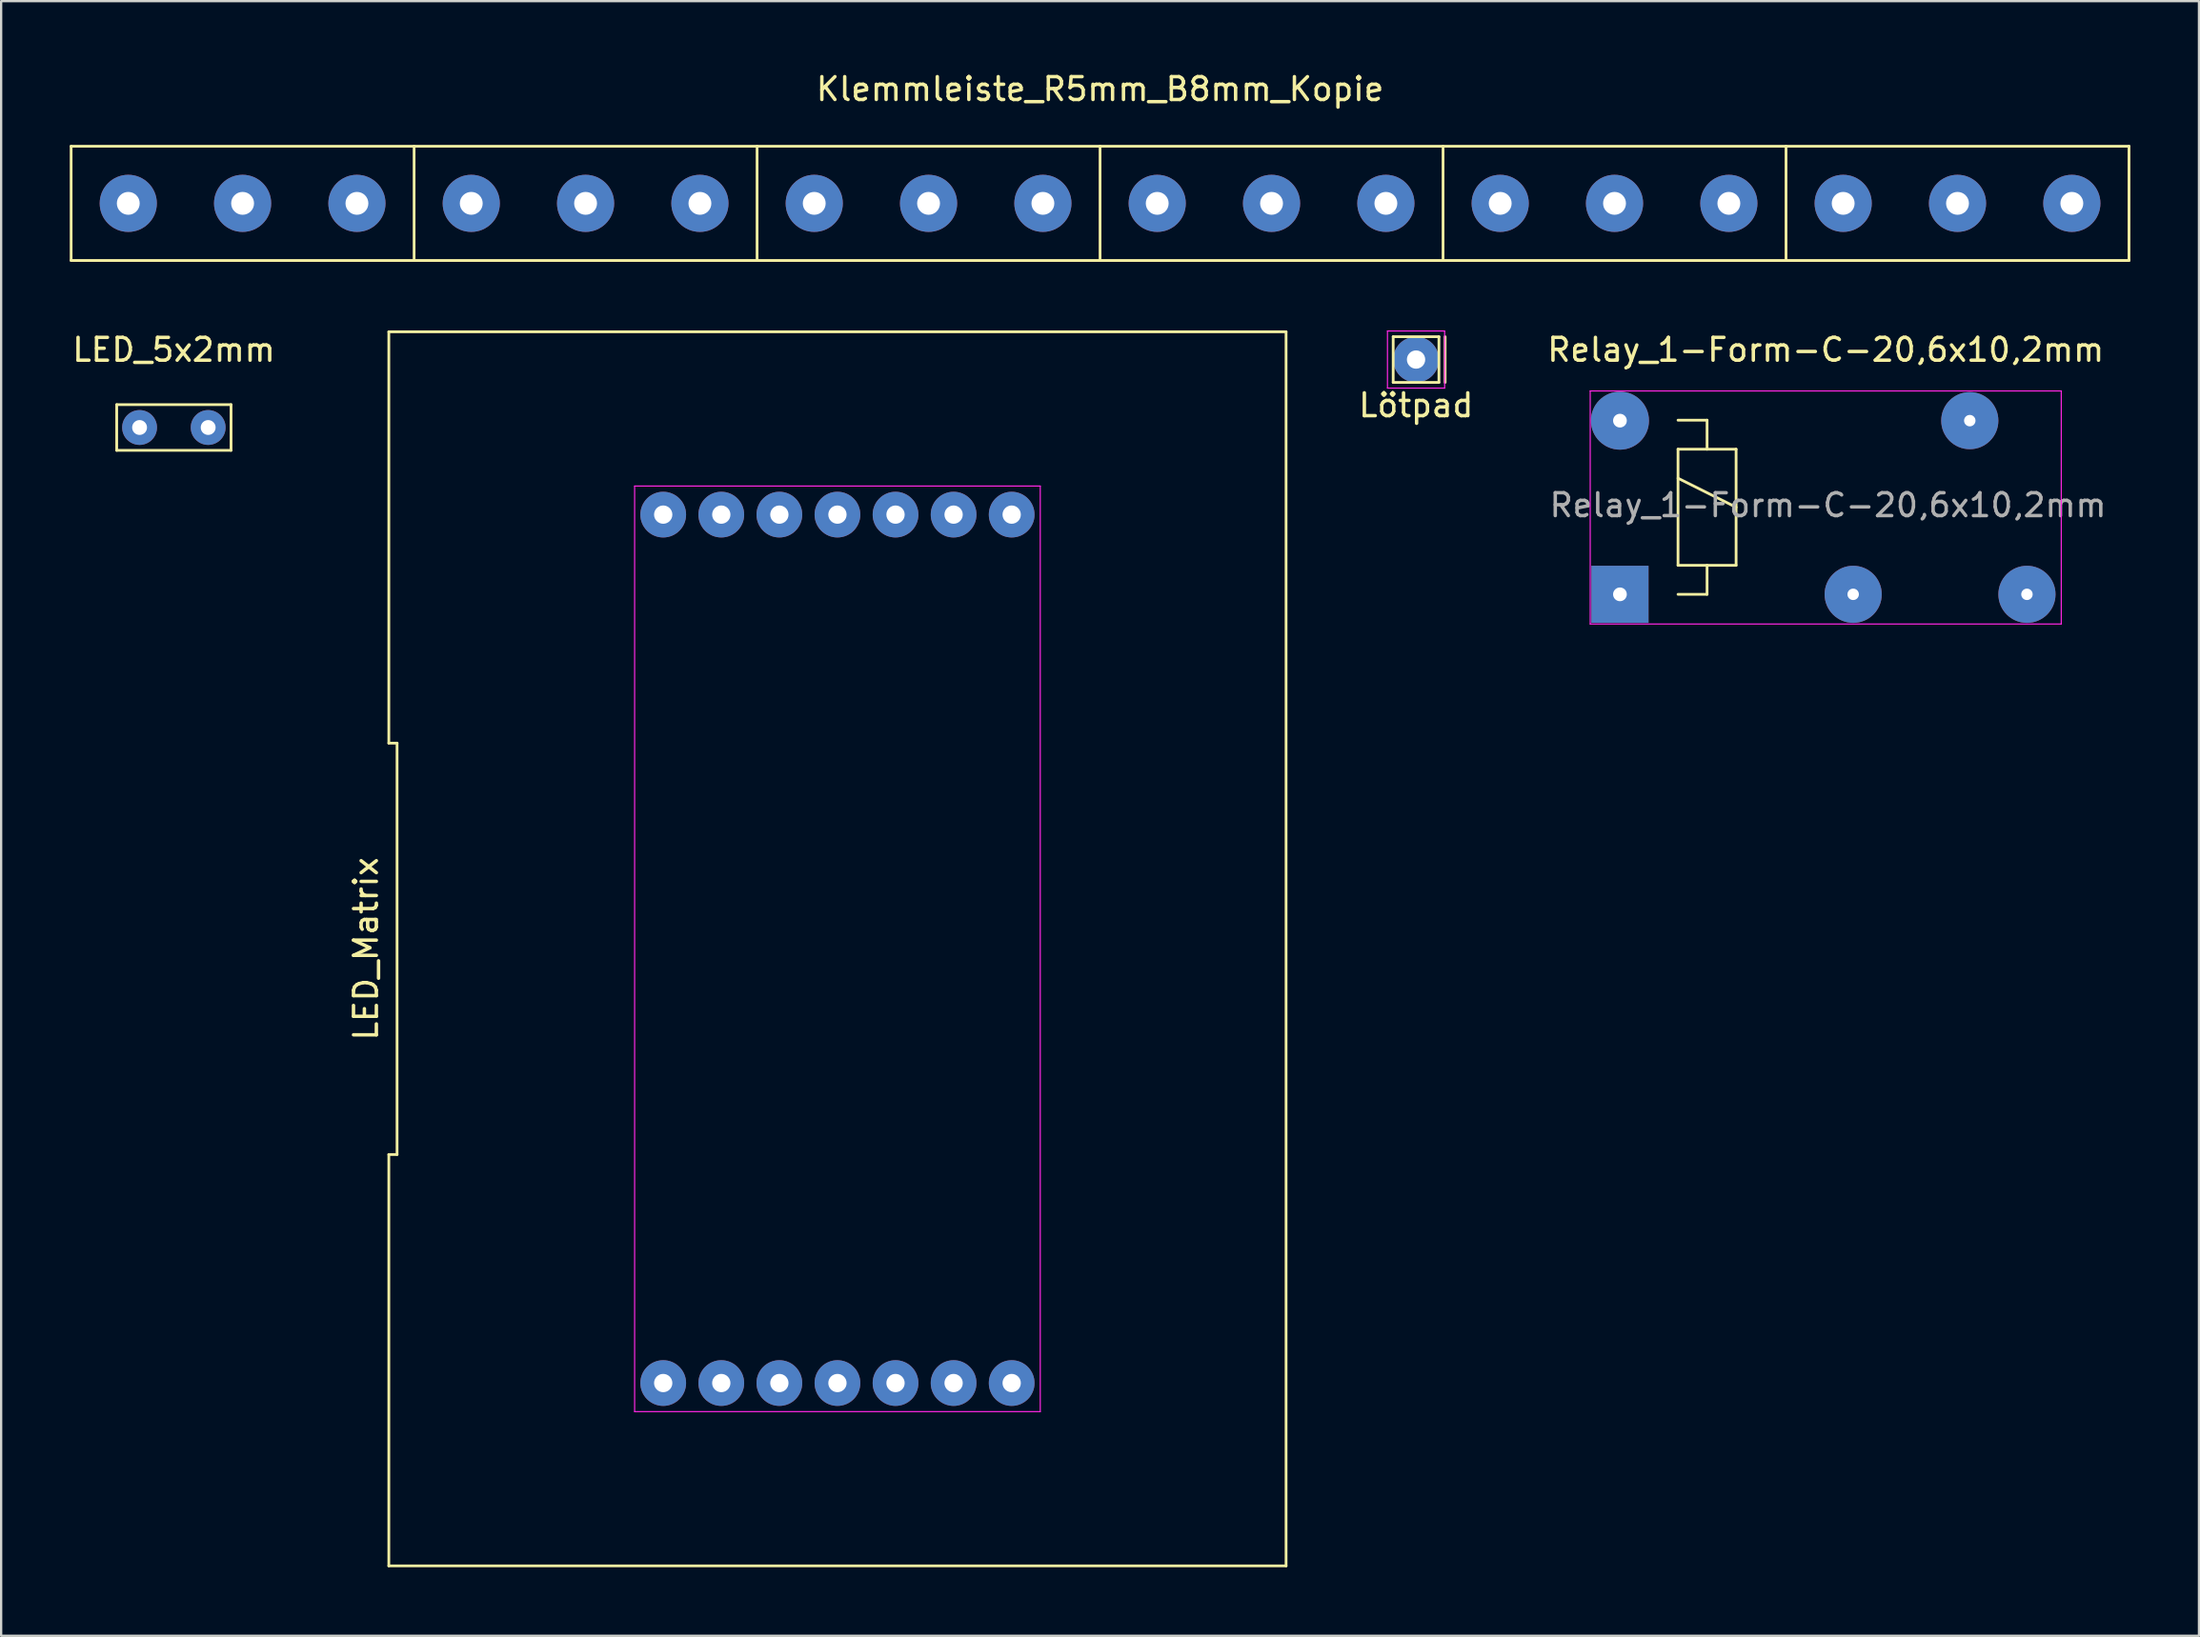
<source format=kicad_pcb>
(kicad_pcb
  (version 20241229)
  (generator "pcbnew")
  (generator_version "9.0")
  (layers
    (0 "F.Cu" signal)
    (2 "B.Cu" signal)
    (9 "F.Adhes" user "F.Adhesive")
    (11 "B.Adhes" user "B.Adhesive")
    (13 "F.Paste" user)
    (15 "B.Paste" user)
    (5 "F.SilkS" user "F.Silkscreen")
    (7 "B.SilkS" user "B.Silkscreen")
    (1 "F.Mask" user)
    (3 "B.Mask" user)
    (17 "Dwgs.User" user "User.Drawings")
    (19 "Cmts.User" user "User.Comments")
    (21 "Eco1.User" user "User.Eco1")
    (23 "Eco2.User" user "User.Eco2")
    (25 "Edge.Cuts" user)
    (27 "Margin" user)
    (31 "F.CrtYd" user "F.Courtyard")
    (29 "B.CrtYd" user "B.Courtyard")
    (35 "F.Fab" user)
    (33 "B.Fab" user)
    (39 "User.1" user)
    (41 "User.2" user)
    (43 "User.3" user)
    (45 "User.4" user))
  (footprint "Lötpad"
    (layer "F.Cu")
    (at 58.88 12.683)
    (property "Reference" "Lötpad" (at 0 2 0) (layer "F.SilkS") (effects (font (size 1 1) (thickness 0.15))))
    (attr through_hole)
    (fp_line (start -1 -1) (end 1 -1) (stroke (width 0.12) (type solid)) (layer "F.SilkS"))
    (fp_line (start -1 1) (end -1 -1) (stroke (width 0.12) (type solid)) (layer "F.SilkS"))
    (fp_line (start 1 -1) (end 1 1) (stroke (width 0.12) (type solid)) (layer "F.SilkS"))
    (fp_line (start 1 1) (end -1 1) (stroke (width 0.12) (type solid)) (layer "F.SilkS"))
    (fp_line (start 1.27 -1) (end 1.27 1) (stroke (width 0.12) (type solid)) (layer "F.SilkS"))
    (fp_line (start -1.25 -1.25) (end 1.25 -1.25) (stroke (width 0.05) (type solid)) (layer "F.CrtYd"))
    (fp_line (start -1.25 1.25) (end -1.25 -1.25) (stroke (width 0.05) (type solid)) (layer "F.CrtYd"))
    (fp_line (start 1.25 -1.25) (end 1.25 1.25) (stroke (width 0.05) (type solid)) (layer "F.CrtYd"))
    (fp_line (start 1.25 1.25) (end -1.25 1.25) (stroke (width 0.05) (type solid)) (layer "F.CrtYd"))
    (pad "1" thru_hole circle (at 0 0) (size 2 2) (drill 0.8) (layers "*.Cu" "*.Mask")))
  (footprint "Relay_1-Form-C-20,6x10,2mm"
    (layer "F.Cu")
    (at 67.797 22.956)
    (property "Reference" "Relay_1-Form-C-20,6x10,2mm" (at 9 -10.7 0) (layer "F.SilkS") (effects (font (size 1 1) (thickness 0.15))))
    (attr through_hole)
    (fp_line (start 2.54 -7.62) (end 3.81 -7.62) (stroke (width 0.12) (type solid)) (layer "F.SilkS"))
    (fp_line (start 2.54 -6.35) (end 3.81 -6.35) (stroke (width 0.12) (type solid)) (layer "F.SilkS"))
    (fp_line (start 2.54 -5.08) (end 5.08 -3.81) (stroke (width 0.12) (type solid)) (layer "F.SilkS"))
    (fp_line (start 2.54 -1.27) (end 2.54 -6.35) (stroke (width 0.12) (type solid)) (layer "F.SilkS"))
    (fp_line (start 3.81 -7.62) (end 3.81 -6.35) (stroke (width 0.12) (type solid)) (layer "F.SilkS"))
    (fp_line (start 3.81 -6.35) (end 5.08 -6.35) (stroke (width 0.12) (type solid)) (layer "F.SilkS"))
    (fp_line (start 3.81 -1.27) (end 3.81 0) (stroke (width 0.12) (type solid)) (layer "F.SilkS"))
    (fp_line (start 3.81 0) (end 2.54 0) (stroke (width 0.12) (type solid)) (layer "F.SilkS"))
    (fp_line (start 5.08 -6.35) (end 5.08 -1.27) (stroke (width 0.12) (type solid)) (layer "F.SilkS"))
    (fp_line (start 5.08 -1.27) (end 2.54 -1.27) (stroke (width 0.12) (type solid)) (layer "F.SilkS"))
    (fp_line (start -1.3 -8.9) (end 19.3 -8.9) (stroke (width 0.05) (type solid)) (layer "F.CrtYd"))
    (fp_line (start -1.3 1.3) (end -1.3 -8.9) (stroke (width 0.05) (type solid)) (layer "F.CrtYd"))
    (fp_line (start -1.3 1.3) (end 19.3 1.3) (stroke (width 0.05) (type solid)) (layer "F.CrtYd"))
    (fp_line (start 19.3 1.3) (end 19.3 -8.9) (stroke (width 0.05) (type solid)) (layer "F.CrtYd"))
    (fp_text user "${REFERENCE}" (at 9.1 -3.9 0) (layer "F.Fab") (effects (font (size 1 1) (thickness 0.15))))
    (pad "1" thru_hole circle (at 15.3 -7.6) (size 2.5 2.5) (drill 0.5) (layers "*.Cu" "*.Mask"))
    (pad "2" thru_hole circle (at 0 -7.6) (size 2.54 2.54) (drill 0.6) (layers "*.Cu" "*.Mask"))
    (pad "6" thru_hole rect (at 0 0) (size 2.5 2.5) (drill 0.6) (layers "*.Cu" "*.Mask"))
    (pad "7" thru_hole circle (at 10.2 0) (size 2.5 2.5) (drill 0.5) (layers "*.Cu" "*.Mask"))
    (pad "14" thru_hole circle (at 17.8 0) (size 2.5 2.5) (drill 0.5) (layers "*.Cu" "*.Mask")))
  (footprint "Klemmleiste_R5mm_B8mm_Kopie"
    (layer "F.Cu")
    (at 45.06 5.848)
    (property "Reference" "Klemmleiste_R5mm_B8mm_Kopie" (at 0 -5 0) (layer "F.SilkS") (effects (font (size 1 1) (thickness 0.15))))
    (attr through_hole)
    (fp_line (start -45 -2.5) (end 45 -2.5) (stroke (width 0.12) (type solid)) (layer "F.SilkS"))
    (fp_line (start -45 2.5) (end -45 -2.5) (stroke (width 0.12) (type solid)) (layer "F.SilkS"))
    (fp_line (start -30 -2.5) (end -30 2.5) (stroke (width 0.12) (type solid)) (layer "F.SilkS"))
    (fp_line (start -15 -2.5) (end -15 2.5) (stroke (width 0.12) (type solid)) (layer "F.SilkS"))
    (fp_line (start 0 -2.5) (end 0 2.5) (stroke (width 0.12) (type solid)) (layer "F.SilkS"))
    (fp_line (start 15 -2.5) (end 15 2.5) (stroke (width 0.12) (type solid)) (layer "F.SilkS"))
    (fp_line (start 30 -2.5) (end 30 2.5) (stroke (width 0.12) (type solid)) (layer "F.SilkS"))
    (fp_line (start 45 -2.5) (end 45 2.5) (stroke (width 0.12) (type solid)) (layer "F.SilkS"))
    (fp_line (start 45 2.5) (end -45 2.5) (stroke (width 0.12) (type solid)) (layer "F.SilkS"))
    (pad "1" thru_hole circle (at -42.5 0) (size 2.5 2.5) (drill 1) (layers "*.Cu" "*.Mask"))
    (pad "2" thru_hole circle (at -37.5 0) (size 2.5 2.5) (drill 1) (layers "*.Cu" "*.Mask"))
    (pad "3" thru_hole circle (at -32.5 0) (size 2.5 2.5) (drill 1) (layers "*.Cu" "*.Mask"))
    (pad "4" thru_hole circle (at -27.5 0) (size 2.5 2.5) (drill 1) (layers "*.Cu" "*.Mask"))
    (pad "5" thru_hole circle (at -22.5 0) (size 2.5 2.5) (drill 1) (layers "*.Cu" "*.Mask"))
    (pad "6" thru_hole circle (at -17.5 0) (size 2.5 2.5) (drill 1) (layers "*.Cu" "*.Mask"))
    (pad "7" thru_hole circle (at -12.5 0) (size 2.5 2.5) (drill 1) (layers "*.Cu" "*.Mask"))
    (pad "8" thru_hole circle (at -7.5 0) (size 2.5 2.5) (drill 1) (layers "*.Cu" "*.Mask"))
    (pad "9" thru_hole circle (at -2.5 0) (size 2.5 2.5) (drill 1) (layers "*.Cu" "*.Mask"))
    (pad "10" thru_hole circle (at 2.5 0) (size 2.5 2.5) (drill 1) (layers "*.Cu" "*.Mask"))
    (pad "11" thru_hole circle (at 7.5 0) (size 2.5 2.5) (drill 1) (layers "*.Cu" "*.Mask"))
    (pad "12" thru_hole circle (at 12.5 0) (size 2.5 2.5) (drill 1) (layers "*.Cu" "*.Mask"))
    (pad "13" thru_hole circle (at 17.5 0) (size 2.5 2.5) (drill 1) (layers "*.Cu" "*.Mask"))
    (pad "14" thru_hole circle (at 22.5 0) (size 2.5 2.5) (drill 1) (layers "*.Cu" "*.Mask"))
    (pad "15" thru_hole circle (at 27.5 0) (size 2.5 2.5) (drill 1) (layers "*.Cu" "*.Mask"))
    (pad "16" thru_hole circle (at 32.5 0) (size 2.5 2.5) (drill 1) (layers "*.Cu" "*.Mask"))
    (pad "17" thru_hole circle (at 37.5 0) (size 2.5 2.5) (drill 1) (layers "*.Cu" "*.Mask"))
    (pad "18" thru_hole circle (at 42.5 0) (size 2.5 2.5) (drill 1) (layers "*.Cu" "*.Mask")))
  (footprint "LED_5x2mm"
    (layer "F.Cu")
    (at 4.554 15.656)
    (property "Reference" "LED_5x2mm" (at 0 -3.4 0) (layer "F.SilkS") (effects (font (size 1 1) (thickness 0.15))))
    (attr through_hole)
    (fp_line (start -2.5 -1) (end 2.5 -1) (stroke (width 0.12) (type solid)) (layer "F.SilkS"))
    (fp_line (start -2.5 1) (end -2.5 -1) (stroke (width 0.12) (type solid)) (layer "F.SilkS"))
    (fp_line (start 2.5 -1) (end 2.5 1) (stroke (width 0.12) (type solid)) (layer "F.SilkS"))
    (fp_line (start 2.5 1) (end -2.5 1) (stroke (width 0.12) (type solid)) (layer "F.SilkS"))
    (pad "1" thru_hole circle (at -1.5 0) (size 1.524 1.524) (drill 0.65) (layers "*.Cu" "*.Mask"))
    (pad "2" thru_hole circle (at 1.5 0) (size 1.524 1.524) (drill 0.65) (layers "*.Cu" "*.Mask")))
  (footprint "LED_Matrix"
    (layer "F.Cu")
    (at 33.575 38.468)
    (property "Reference" "LED_Matrix" (at -20.62 0 90) (layer "F.SilkS") (effects (font (size 1 1) (thickness 0.15))))
    (attr through_hole)
    (fp_line (start -19.62 -27) (end -19.62 -9) (stroke (width 0.12) (type solid)) (layer "F.SilkS"))
    (fp_line (start -19.62 -9) (end -19.26 -9) (stroke (width 0.12) (type solid)) (layer "F.SilkS"))
    (fp_line (start -19.62 9) (end -19.62 27) (stroke (width 0.12) (type solid)) (layer "F.SilkS"))
    (fp_line (start -19.62 27) (end 19.62 27) (stroke (width 0.12) (type solid)) (layer "F.SilkS"))
    (fp_line (start -19.26 -9) (end -19.26 9) (stroke (width 0.12) (type solid)) (layer "F.SilkS"))
    (fp_line (start -19.26 9) (end -19.62 9) (stroke (width 0.12) (type solid)) (layer "F.SilkS"))
    (fp_line (start 19.62 -27) (end -19.62 -27) (stroke (width 0.12) (type solid)) (layer "F.SilkS"))
    (fp_line (start 19.62 27) (end 19.62 -27) (stroke (width 0.12) (type solid)) (layer "F.SilkS"))
    (fp_line (start -8.87 -20.25) (end 8.87 -20.25) (stroke (width 0.05) (type solid)) (layer "F.CrtYd"))
    (fp_line (start -8.87 20.25) (end -8.87 -20.25) (stroke (width 0.05) (type solid)) (layer "F.CrtYd"))
    (fp_line (start 8.87 -20.25) (end 8.87 20.25) (stroke (width 0.05) (type solid)) (layer "F.CrtYd"))
    (fp_line (start 8.87 20.25) (end -8.87 20.25) (stroke (width 0.05) (type solid)) (layer "F.CrtYd"))
    (pad "1" thru_hole circle (at -7.62 19) (size 2 2) (drill 0.8) (layers "*.Cu" "*.Mask"))
    (pad "2" thru_hole circle (at -5.08 19) (size 2 2) (drill 0.8) (layers "*.Cu" "*.Mask"))
    (pad "3" thru_hole circle (at -2.54 19) (size 2 2) (drill 0.8) (layers "*.Cu" "*.Mask"))
    (pad "4" thru_hole circle (at 0 19) (size 2 2) (drill 0.8) (layers "*.Cu" "*.Mask"))
    (pad "5" thru_hole circle (at 2.54 19) (size 2 2) (drill 0.8) (layers "*.Cu" "*.Mask"))
    (pad "6" thru_hole circle (at 5.08 19) (size 2 2) (drill 0.8) (layers "*.Cu" "*.Mask"))
    (pad "7" thru_hole circle (at 7.62 19) (size 2 2) (drill 0.8) (layers "*.Cu" "*.Mask"))
    (pad "8" thru_hole circle (at 7.62 -19) (size 2 2) (drill 0.8) (layers "*.Cu" "*.Mask"))
    (pad "9" thru_hole circle (at 5.08 -19) (size 2 2) (drill 0.8) (layers "*.Cu" "*.Mask"))
    (pad "10" thru_hole circle (at 2.54 -19) (size 2 2) (drill 0.8) (layers "*.Cu" "*.Mask"))
    (pad "11" thru_hole circle (at 0 -19) (size 2 2) (drill 0.8) (layers "*.Cu" "*.Mask"))
    (pad "12" thru_hole circle (at -2.54 -19) (size 2 2) (drill 0.8) (layers "*.Cu" "*.Mask"))
    (pad "13" thru_hole circle (at -5.08 -19) (size 2 2) (drill 0.8) (layers "*.Cu" "*.Mask"))
    (pad "14" thru_hole circle (at -7.62 -19) (size 2 2) (drill 0.8) (layers "*.Cu" "*.Mask")))
  (gr_rect
    (start -3 -3)
    (end 93.12 68.528)
    (stroke (width 0.1) (type default))
    (fill no)
    (layer "Edge.Cuts")))
</source>
